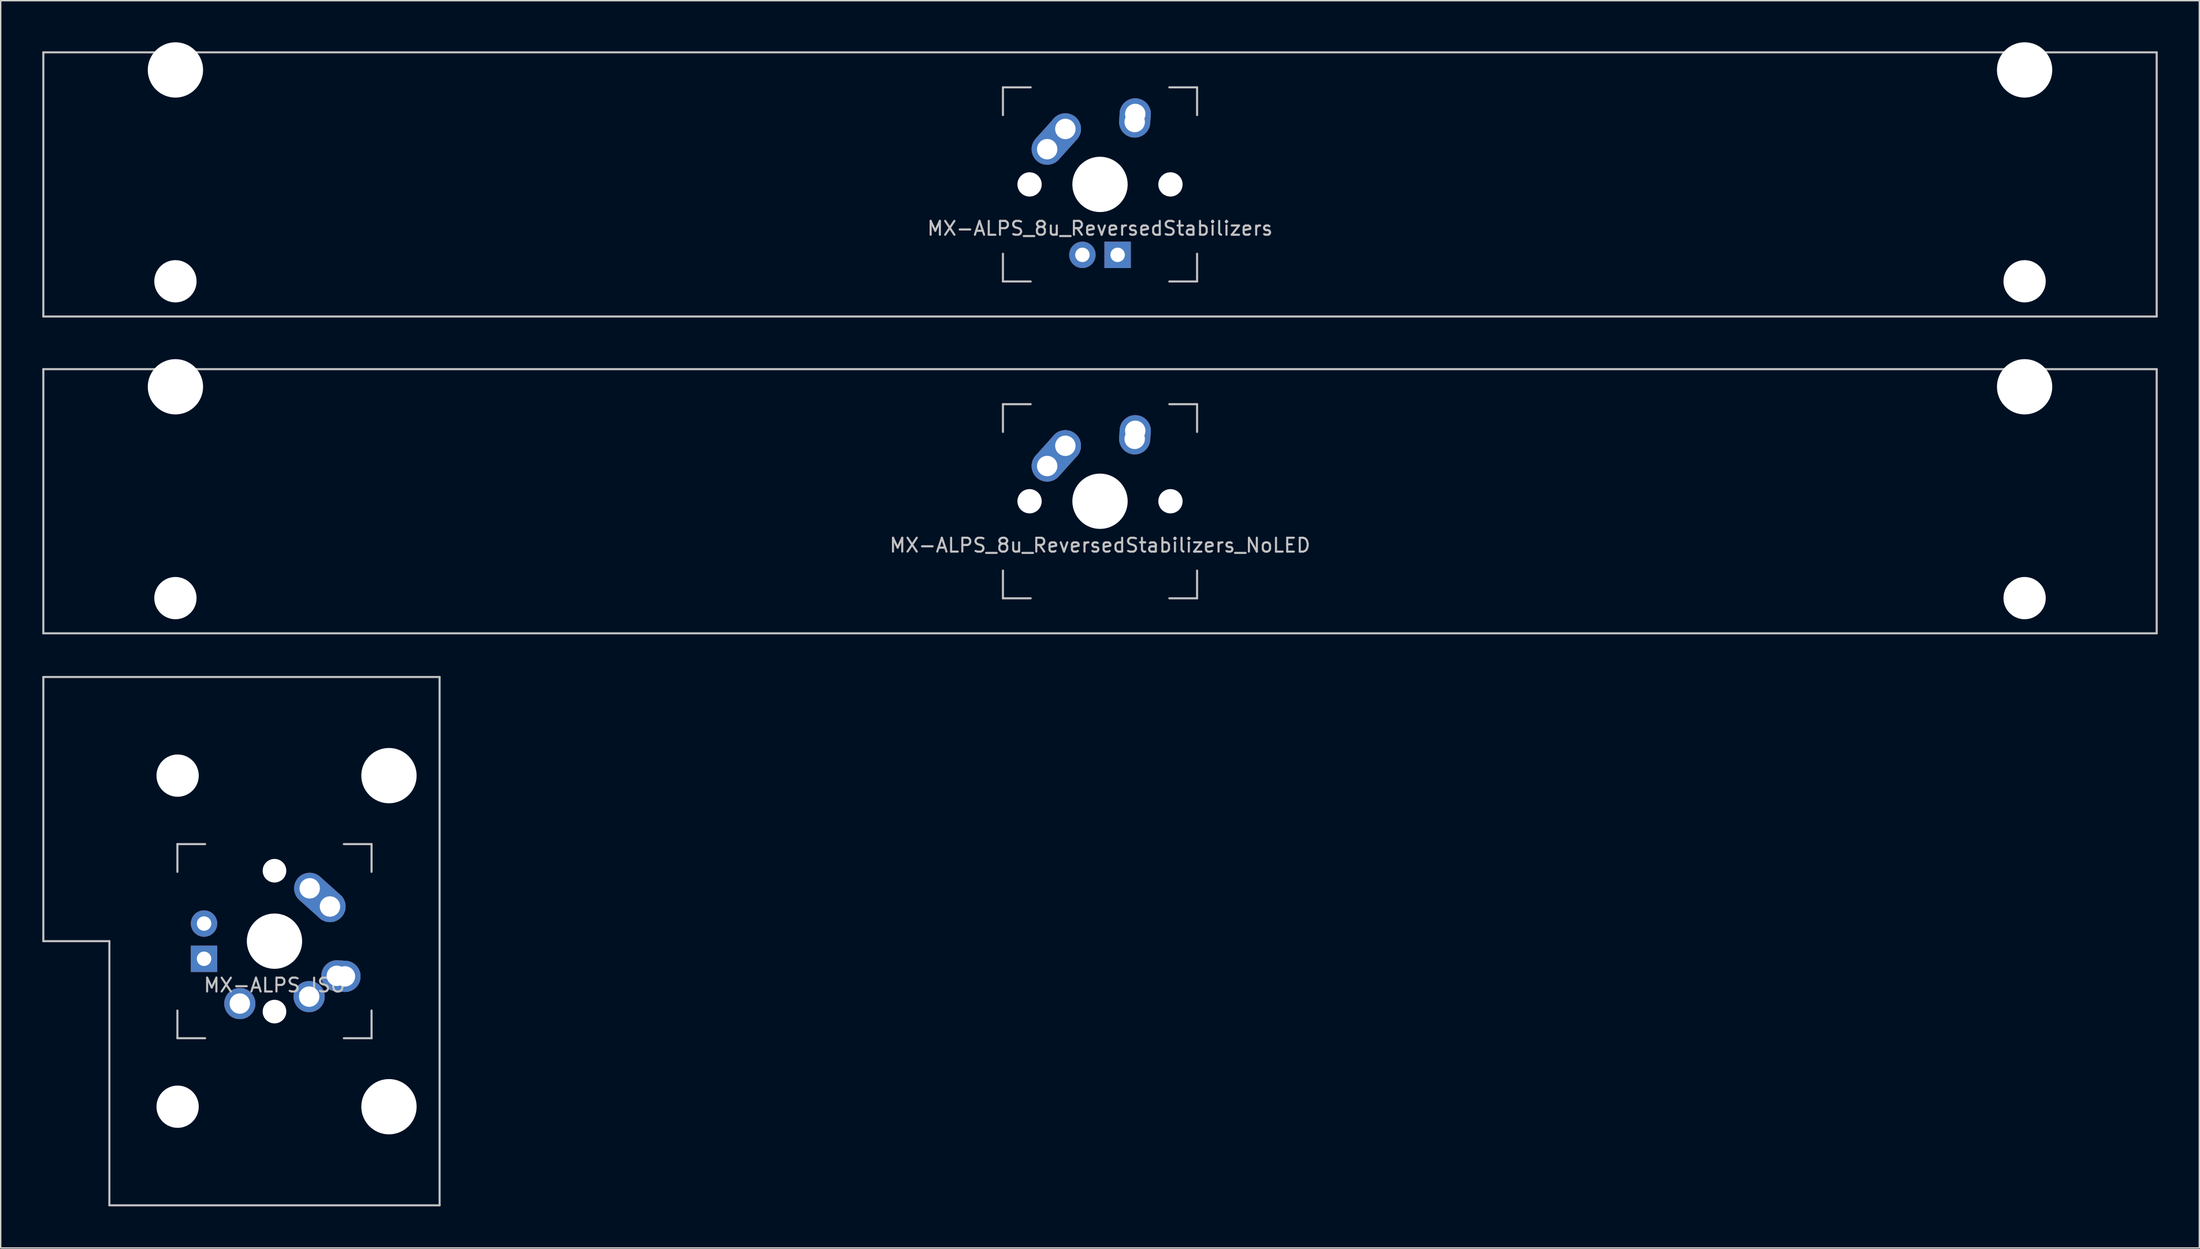
<source format=kicad_pcb>
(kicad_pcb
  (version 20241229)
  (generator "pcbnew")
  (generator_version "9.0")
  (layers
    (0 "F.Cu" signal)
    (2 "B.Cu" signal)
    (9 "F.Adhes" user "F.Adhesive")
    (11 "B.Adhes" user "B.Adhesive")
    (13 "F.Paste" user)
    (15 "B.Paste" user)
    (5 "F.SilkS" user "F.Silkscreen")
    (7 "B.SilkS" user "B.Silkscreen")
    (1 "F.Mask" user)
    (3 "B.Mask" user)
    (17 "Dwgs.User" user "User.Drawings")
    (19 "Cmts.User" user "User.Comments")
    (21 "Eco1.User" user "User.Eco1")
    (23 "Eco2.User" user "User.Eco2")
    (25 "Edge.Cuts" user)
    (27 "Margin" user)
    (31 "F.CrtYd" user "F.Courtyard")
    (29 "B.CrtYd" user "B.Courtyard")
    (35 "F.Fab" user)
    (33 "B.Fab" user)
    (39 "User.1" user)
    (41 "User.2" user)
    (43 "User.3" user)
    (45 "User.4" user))
  (footprint "MX-ALPS_ISO"
    (layer "F.Cu")
    (at 16.744 64.823)
    (property "Reference" "MX-ALPS_ISO" (at 0 3.175 0) (layer "Dwgs.User") (effects (font (size 1 1) (thickness 0.15))))
    (attr through_hole)
    (fp_line (start -16.669 -19.05) (end -16.669 0) (stroke (width 0.15) (type solid)) (layer "Dwgs.User"))
    (fp_line (start -16.669 -19.05) (end 11.906 -19.05) (stroke (width 0.15) (type solid)) (layer "Dwgs.User"))
    (fp_line (start -11.906 0) (end -16.669 0) (stroke (width 0.15) (type solid)) (layer "Dwgs.User"))
    (fp_line (start -11.906 19.05) (end -11.906 0) (stroke (width 0.15) (type solid)) (layer "Dwgs.User"))
    (fp_line (start -11.906 19.05) (end 11.906 19.05) (stroke (width 0.15) (type solid)) (layer "Dwgs.User"))
    (fp_line (start -7 -7) (end -7 -5) (stroke (width 0.15) (type solid)) (layer "Dwgs.User"))
    (fp_line (start -7 5) (end -7 7) (stroke (width 0.15) (type solid)) (layer "Dwgs.User"))
    (fp_line (start -7 7) (end -5 7) (stroke (width 0.15) (type solid)) (layer "Dwgs.User"))
    (fp_line (start -5 -7) (end -7 -7) (stroke (width 0.15) (type solid)) (layer "Dwgs.User"))
    (fp_line (start 5 -7) (end 7 -7) (stroke (width 0.15) (type solid)) (layer "Dwgs.User"))
    (fp_line (start 5 7) (end 7 7) (stroke (width 0.15) (type solid)) (layer "Dwgs.User"))
    (fp_line (start 7 -7) (end 7 -5) (stroke (width 0.15) (type solid)) (layer "Dwgs.User"))
    (fp_line (start 7 7) (end 7 5) (stroke (width 0.15) (type solid)) (layer "Dwgs.User"))
    (fp_line (start 11.906 -19.05) (end 11.906 19.05) (stroke (width 0.15) (type solid)) (layer "Dwgs.User"))
    (pad "" np_thru_hole circle (at -6.985 -11.938) (size 3.048 3.048) (drill 3.048) (layers "*.Cu" "*.Mask"))
    (pad "" np_thru_hole circle (at -6.985 11.938) (size 3.048 3.048) (drill 3.048) (layers "*.Cu" "*.Mask"))
    (pad "" np_thru_hole circle (at 0 -5.08 48.1) (size 1.702 1.702) (drill 1.702) (layers "*.Cu" "*.Mask"))
    (pad "" np_thru_hole circle (at 0 0) (size 3.988 3.988) (drill 3.988) (layers "*.Cu" "*.Mask"))
    (pad "" np_thru_hole circle (at 0 5.08 48.1) (size 1.702 1.702) (drill 1.702) (layers "*.Cu" "*.Mask"))
    (pad "" np_thru_hole circle (at 8.255 -11.938) (size 3.988 3.988) (drill 3.988) (layers "*.Cu" "*.Mask"))
    (pad "" np_thru_hole circle (at 8.255 11.938) (size 3.988 3.988) (drill 3.988) (layers "*.Cu" "*.Mask"))
    (pad "1" thru_hole circle (at 2.5 4) (size 2.25 2.25) (drill 1.47) (layers "*.Cu" "B.Mask"))
    (pad "1" thru_hole oval (at 4.5 2.5 356.055) (size 2.831 2.25) (drill 1.47 (offset 0.291 0)) (layers "*.Cu" "B.Mask"))
    (pad "1" thru_hole circle (at 5.08 2.54) (size 2.25 2.25) (drill 1.47) (layers "*.Cu" "B.Mask"))
    (pad "2" thru_hole circle (at -2.5 4.5) (size 2.25 2.25) (drill 1.47) (layers "*.Cu" "B.Mask"))
    (pad "2" thru_hole oval (at 2.54 -3.81 318.1) (size 4.212 2.25) (drill 1.47 (offset 0.981 0)) (layers "*.Cu" "B.Mask"))
    (pad "2" thru_hole circle (at 4 -2.5) (size 2.25 2.25) (drill 1.47) (layers "*.Cu" "B.Mask"))
    (pad "3" thru_hole circle (at -5.08 -1.27) (size 1.905 1.905) (drill 1.04) (layers "*.Cu" "B.Mask"))
    (pad "4" thru_hole rect (at -5.08 1.27) (size 1.905 1.905) (drill 1.04) (layers "*.Cu" "B.Mask")))
  (footprint "MX-ALPS_8u_ReversedStabilizers"
    (layer "F.Cu")
    (at 76.275 10.249)
    (property "Reference" "MX-ALPS_8u_ReversedStabilizers" (at 0 3.175 0) (layer "Dwgs.User") (effects (font (size 1 1) (thickness 0.15))))
    (attr through_hole)
    (fp_line (start -76.2 -9.525) (end 76.2 -9.525) (stroke (width 0.15) (type solid)) (layer "Dwgs.User"))
    (fp_line (start -76.2 9.525) (end -76.2 -9.525) (stroke (width 0.15) (type solid)) (layer "Dwgs.User"))
    (fp_line (start -76.2 9.525) (end 76.2 9.525) (stroke (width 0.15) (type solid)) (layer "Dwgs.User"))
    (fp_line (start -7 -7) (end -7 -5) (stroke (width 0.15) (type solid)) (layer "Dwgs.User"))
    (fp_line (start -7 5) (end -7 7) (stroke (width 0.15) (type solid)) (layer "Dwgs.User"))
    (fp_line (start -7 7) (end -5 7) (stroke (width 0.15) (type solid)) (layer "Dwgs.User"))
    (fp_line (start -5 -7) (end -7 -7) (stroke (width 0.15) (type solid)) (layer "Dwgs.User"))
    (fp_line (start 5 -7) (end 7 -7) (stroke (width 0.15) (type solid)) (layer "Dwgs.User"))
    (fp_line (start 5 7) (end 7 7) (stroke (width 0.15) (type solid)) (layer "Dwgs.User"))
    (fp_line (start 7 -7) (end 7 -5) (stroke (width 0.15) (type solid)) (layer "Dwgs.User"))
    (fp_line (start 7 7) (end 7 5) (stroke (width 0.15) (type solid)) (layer "Dwgs.User"))
    (fp_line (start 76.2 -9.525) (end 76.2 9.525) (stroke (width 0.15) (type solid)) (layer "Dwgs.User"))
    (pad "" np_thru_hole circle (at -66.675 -8.255) (size 3.988 3.988) (drill 3.988) (layers "*.Cu" "*.Mask"))
    (pad "" np_thru_hole circle (at -66.675 6.985) (size 3.048 3.048) (drill 3.048) (layers "*.Cu" "*.Mask"))
    (pad "" np_thru_hole circle (at -5.08 0 48.1) (size 1.75 1.75) (drill 1.75) (layers "*.Cu" "*.Mask"))
    (pad "" np_thru_hole circle (at 0 0) (size 3.988 3.988) (drill 3.988) (layers "*.Cu" "*.Mask"))
    (pad "" np_thru_hole circle (at 5.08 0 48.1) (size 1.75 1.75) (drill 1.75) (layers "*.Cu" "*.Mask"))
    (pad "" np_thru_hole circle (at 66.675 -8.255) (size 3.988 3.988) (drill 3.988) (layers "*.Cu" "*.Mask"))
    (pad "" np_thru_hole circle (at 66.675 6.985) (size 3.048 3.048) (drill 3.048) (layers "*.Cu" "*.Mask"))
    (pad "1" thru_hole oval (at -3.81 -2.54 48.1) (size 4.212 2.25) (drill 1.47 (offset 0.981 0)) (layers "*.Cu" "B.Mask"))
    (pad "1" thru_hole circle (at -2.5 -4) (size 2.25 2.25) (drill 1.47) (layers "*.Cu" "B.Mask"))
    (pad "2" thru_hole oval (at 2.5 -4.5 86.055) (size 2.831 2.25) (drill 1.47 (offset 0.291 0)) (layers "*.Cu" "B.Mask"))
    (pad "2" thru_hole circle (at 2.54 -5.08) (size 2.25 2.25) (drill 1.47) (layers "*.Cu" "B.Mask"))
    (pad "3" thru_hole circle (at -1.27 5.08) (size 1.905 1.905) (drill 1.04) (layers "*.Cu" "B.Mask"))
    (pad "4" thru_hole rect (at 1.27 5.08) (size 1.905 1.905) (drill 1.04) (layers "*.Cu" "B.Mask")))
  (footprint "MX-ALPS_8u_ReversedStabilizers_NoLED"
    (layer "F.Cu")
    (at 76.275 33.098)
    (property "Reference" "MX-ALPS_8u_ReversedStabilizers_NoLED" (at 0 3.175 0) (layer "Dwgs.User") (effects (font (size 1 1) (thickness 0.15))))
    (attr through_hole)
    (fp_line (start -76.2 -9.525) (end 76.2 -9.525) (stroke (width 0.15) (type solid)) (layer "Dwgs.User"))
    (fp_line (start -76.2 9.525) (end -76.2 -9.525) (stroke (width 0.15) (type solid)) (layer "Dwgs.User"))
    (fp_line (start -76.2 9.525) (end 76.2 9.525) (stroke (width 0.15) (type solid)) (layer "Dwgs.User"))
    (fp_line (start -7 -7) (end -7 -5) (stroke (width 0.15) (type solid)) (layer "Dwgs.User"))
    (fp_line (start -7 5) (end -7 7) (stroke (width 0.15) (type solid)) (layer "Dwgs.User"))
    (fp_line (start -7 7) (end -5 7) (stroke (width 0.15) (type solid)) (layer "Dwgs.User"))
    (fp_line (start -5 -7) (end -7 -7) (stroke (width 0.15) (type solid)) (layer "Dwgs.User"))
    (fp_line (start 5 -7) (end 7 -7) (stroke (width 0.15) (type solid)) (layer "Dwgs.User"))
    (fp_line (start 5 7) (end 7 7) (stroke (width 0.15) (type solid)) (layer "Dwgs.User"))
    (fp_line (start 7 -7) (end 7 -5) (stroke (width 0.15) (type solid)) (layer "Dwgs.User"))
    (fp_line (start 7 7) (end 7 5) (stroke (width 0.15) (type solid)) (layer "Dwgs.User"))
    (fp_line (start 76.2 -9.525) (end 76.2 9.525) (stroke (width 0.15) (type solid)) (layer "Dwgs.User"))
    (pad "" np_thru_hole circle (at -66.675 -8.255) (size 3.988 3.988) (drill 3.988) (layers "*.Cu" "*.Mask"))
    (pad "" np_thru_hole circle (at -66.675 6.985) (size 3.048 3.048) (drill 3.048) (layers "*.Cu" "*.Mask"))
    (pad "" np_thru_hole circle (at -5.08 0 48.1) (size 1.75 1.75) (drill 1.75) (layers "*.Cu" "*.Mask"))
    (pad "" np_thru_hole circle (at 0 0) (size 3.988 3.988) (drill 3.988) (layers "*.Cu" "*.Mask"))
    (pad "" np_thru_hole circle (at 5.08 0 48.1) (size 1.75 1.75) (drill 1.75) (layers "*.Cu" "*.Mask"))
    (pad "" np_thru_hole circle (at 66.675 -8.255) (size 3.988 3.988) (drill 3.988) (layers "*.Cu" "*.Mask"))
    (pad "" np_thru_hole circle (at 66.675 6.985) (size 3.048 3.048) (drill 3.048) (layers "*.Cu" "*.Mask"))
    (pad "1" thru_hole oval (at -3.81 -2.54 48.1) (size 4.212 2.25) (drill 1.47 (offset 0.981 0)) (layers "*.Cu" "B.Mask"))
    (pad "1" thru_hole circle (at -2.5 -4) (size 2.25 2.25) (drill 1.47) (layers "*.Cu" "B.Mask"))
    (pad "2" thru_hole oval (at 2.5 -4.5 86.055) (size 2.831 2.25) (drill 1.47 (offset 0.291 0)) (layers "*.Cu" "B.Mask"))
    (pad "2" thru_hole circle (at 2.54 -5.08) (size 2.25 2.25) (drill 1.47) (layers "*.Cu" "B.Mask")))
  (gr_rect
    (start -3 -3)
    (end 155.55 86.948)
    (stroke (width 0.1) (type default))
    (fill no)
    (layer "Edge.Cuts")))
</source>
